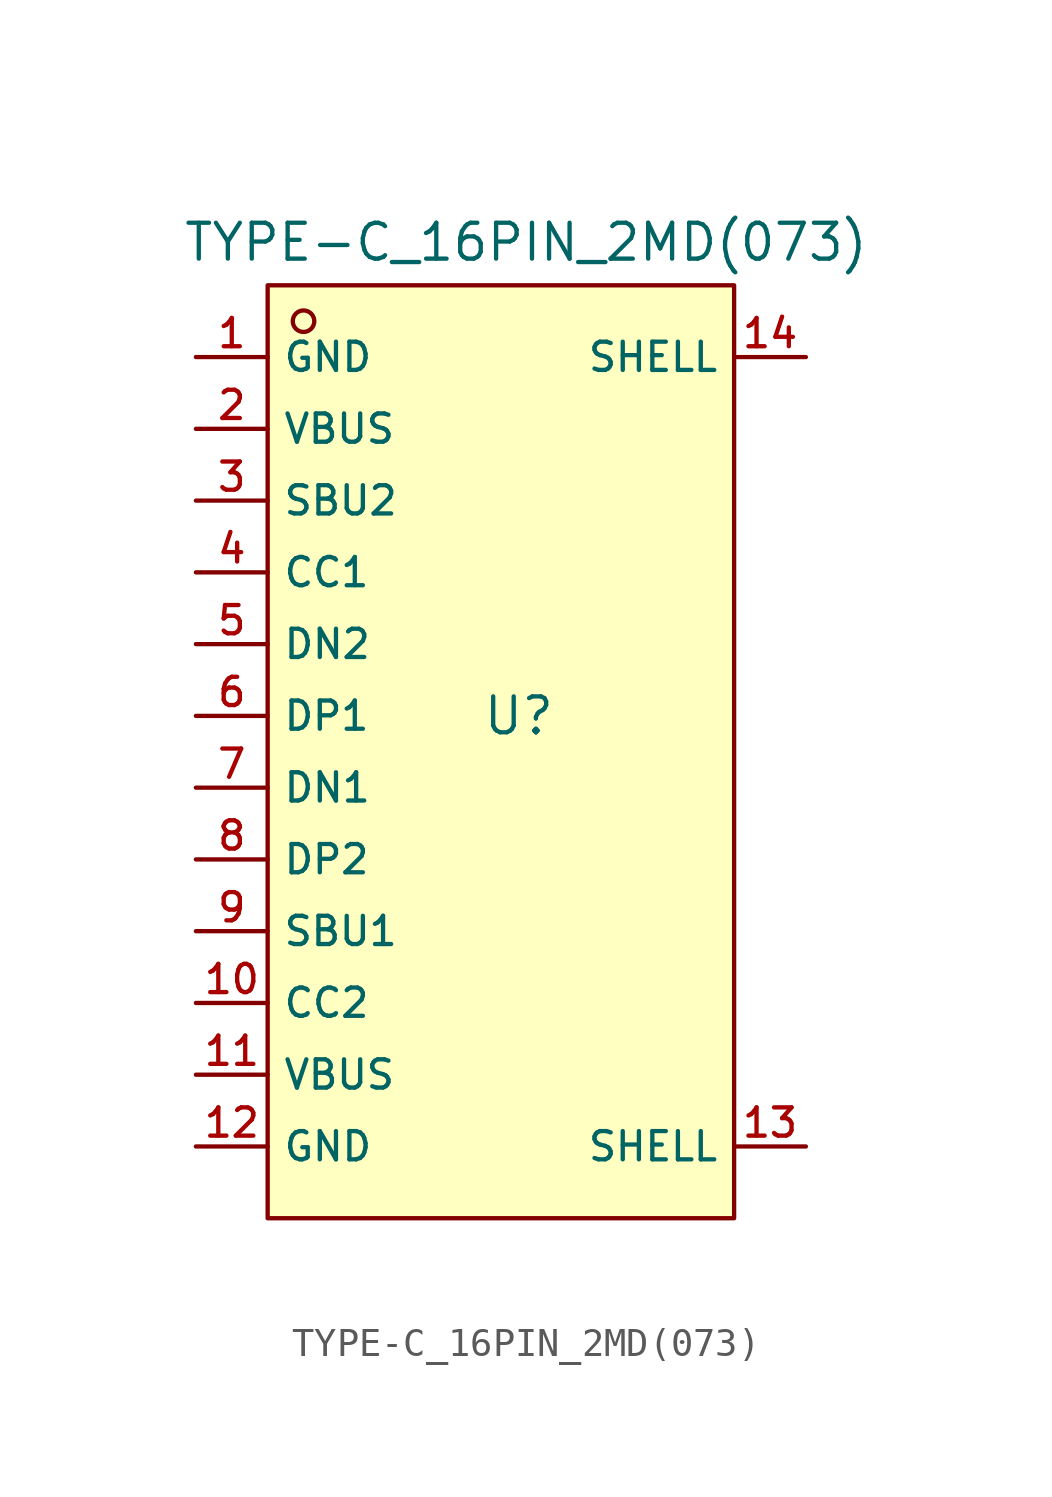
<source format=kicad_sym>
(kicad_symbol_lib
  (version 20231120)
  (generator "kicad_symbol_editor")
  (generator_version "8.0")
  (symbol "TYPE-C_16PIN_2MD(073)"
    (property "Reference" "U"
      (at 0 1.27 0)
      (effects (font (size 1.27 1.27))))
    (property "Value" "TYPE-C_16PIN_2MD(073)"
      (at 0.254 18.034 0)
      (effects (font (size 1.27 1.27))))
    (symbol "TYPE-C_16PIN_2MD(073)_0_1"
      (rectangle (start -8.89 16.51) (end 7.62 -16.51) (stroke (width 0) (type default)) (fill (type background)))
      (circle (center -7.62 15.24) (radius 0.381) (stroke (width 0) (type default)) (fill (type background)))
      (pin unspecified line (at -11.43 13.97 0) (length 2.54) (name "GND" (effects (font (size 1 1)))) (number "1" (effects (font (size 1 1)))))
      (pin unspecified line (at -11.43 -8.89 0) (length 2.54) (name "CC2" (effects (font (size 1 1)))) (number "10" (effects (font (size 1 1)))))
      (pin unspecified line (at -11.43 -11.43 0) (length 2.54) (name "VBUS" (effects (font (size 1 1)))) (number "11" (effects (font (size 1 1)))))
      (pin unspecified line (at -11.43 -13.97 0) (length 2.54) (name "GND" (effects (font (size 1 1)))) (number "12" (effects (font (size 1 1)))))
      (pin unspecified line (at 10.16 -13.97 180) (length 2.54) (name "SHELL" (effects (font (size 1 1)))) (number "13" (effects (font (size 1 1)))))
      (pin unspecified line (at 10.16 13.97 180) (length 2.54) (name "SHELL" (effects (font (size 1 1)))) (number "14" (effects (font (size 1 1)))))
      (pin unspecified line (at -11.43 11.43 0) (length 2.54) (name "VBUS" (effects (font (size 1 1)))) (number "2" (effects (font (size 1 1)))))
      (pin unspecified line (at -11.43 8.89 0) (length 2.54) (name "SBU2" (effects (font (size 1 1)))) (number "3" (effects (font (size 1 1)))))
      (pin unspecified line (at -11.43 6.35 0) (length 2.54) (name "CC1" (effects (font (size 1 1)))) (number "4" (effects (font (size 1 1)))))
      (pin unspecified line (at -11.43 3.81 0) (length 2.54) (name "DN2" (effects (font (size 1 1)))) (number "5" (effects (font (size 1 1)))))
      (pin unspecified line (at -11.43 1.27 0) (length 2.54) (name "DP1" (effects (font (size 1 1)))) (number "6" (effects (font (size 1 1)))))
      (pin unspecified line (at -11.43 -1.27 0) (length 2.54) (name "DN1" (effects (font (size 1 1)))) (number "7" (effects (font (size 1 1)))))
      (pin unspecified line (at -11.43 -3.81 0) (length 2.54) (name "DP2" (effects (font (size 1 1)))) (number "8" (effects (font (size 1 1)))))
      (pin unspecified line (at -11.43 -6.35 0) (length 2.54) (name "SBU1" (effects (font (size 1 1)))) (number "9" (effects (font (size 1 1))))))))
</source>
